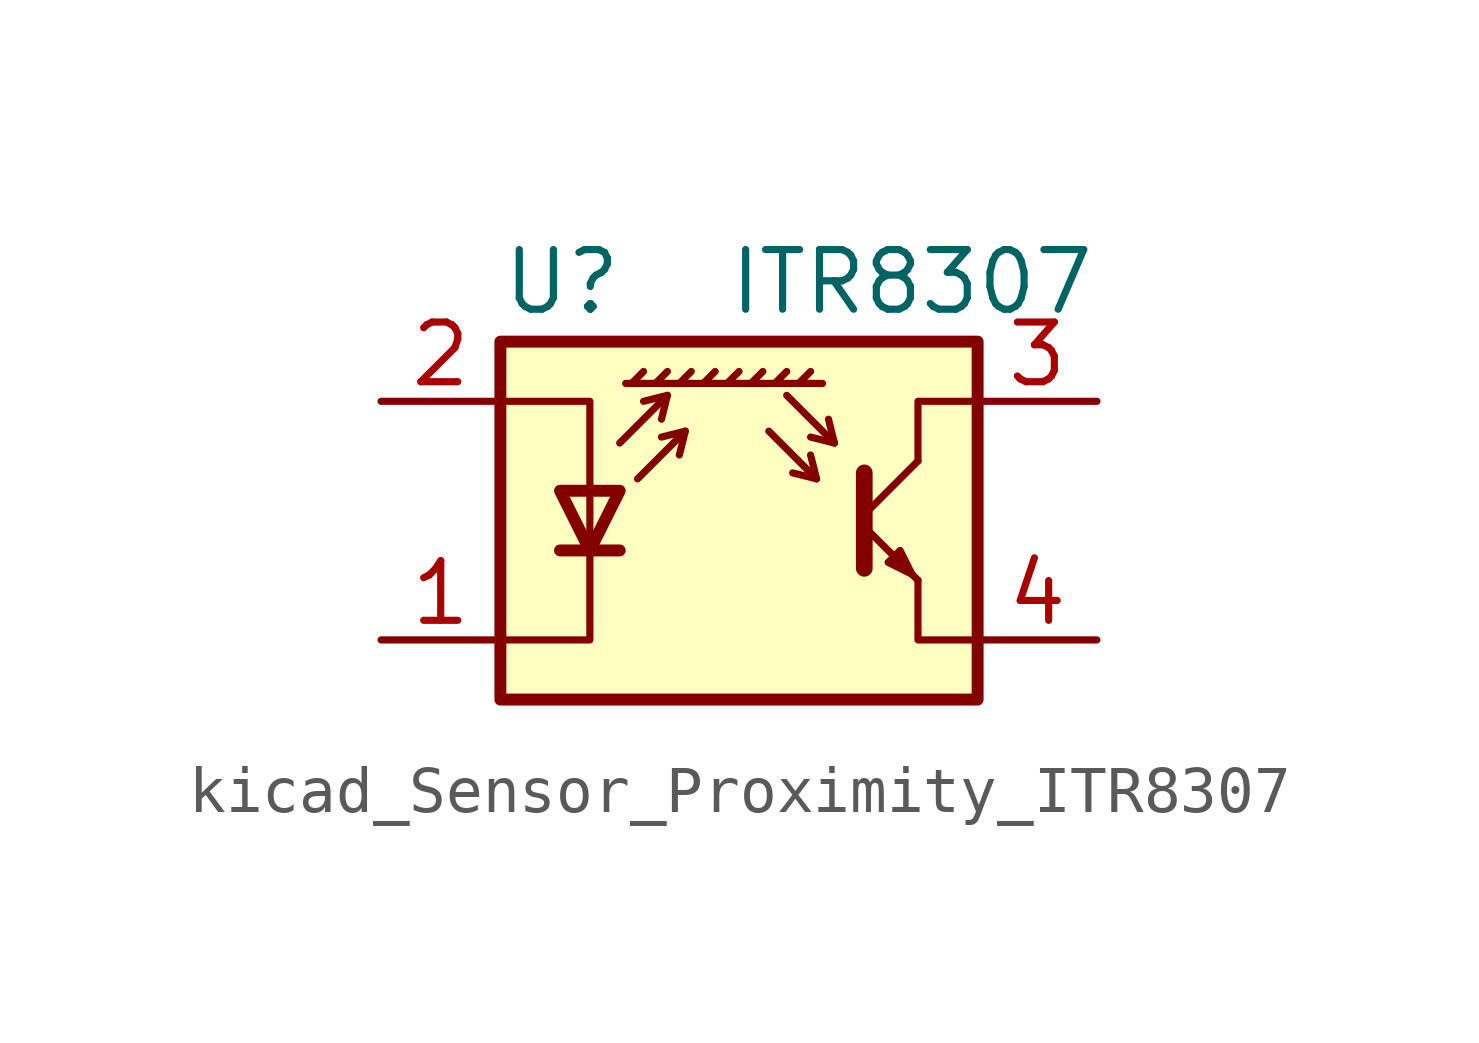
<source format=kicad_sym>
(kicad_symbol_lib
  (version 20220914)
  (generator kicad_symbol_editor)
  (symbol "kicad_Sensor_Proximity_ITR8307"
    (pin_names
      (offset 0.025) hide)
    (property "Reference" "U"
      (at -5.08 5.08 0)
      (effects (font (size 1.27 1.27)) (justify left)))
    (property "Value" "ITR8307"
      (at 7.62 5.08 0)
      (effects (font (size 1.27 1.27)) (justify right)))
    (symbol "kicad_Sensor_Proximity_ITR8307_0_1"
      (polyline (pts (xy -3.81 -0.635) (xy -2.54 -0.635)) (stroke (width 0.254) (type default)) (fill (type none)))
      (polyline (pts (xy -2.286 2.921) (xy -2.032 3.175)) (stroke (width 0) (type default)) (fill (type none)))
      (polyline (pts (xy -1.778 2.921) (xy -1.524 3.175)) (stroke (width 0) (type default)) (fill (type none)))
      (polyline (pts (xy -1.524 2.667) (xy -1.651 2.159)) (stroke (width 0) (type default)) (fill (type none)))
      (polyline (pts (xy -1.27 2.921) (xy -1.016 3.175)) (stroke (width 0) (type default)) (fill (type none)))
      (polyline (pts (xy -1.143 1.905) (xy -1.27 1.397)) (stroke (width 0) (type default)) (fill (type none)))
      (polyline (pts (xy -0.762 2.921) (xy -0.508 3.175)) (stroke (width 0) (type default)) (fill (type none)))
      (polyline (pts (xy -0.254 2.921) (xy 0 3.175)) (stroke (width 0) (type default)) (fill (type none)))
      (polyline (pts (xy 0.254 2.921) (xy 0.508 3.175)) (stroke (width 0) (type default)) (fill (type none)))
      (polyline (pts (xy 0.762 2.921) (xy 1.016 3.175)) (stroke (width 0) (type default)) (fill (type none)))
      (polyline (pts (xy 1.27 2.921) (xy 1.524 3.175)) (stroke (width 0) (type default)) (fill (type none)))
      (polyline (pts (xy 1.651 0.889) (xy 1.143 1.016)) (stroke (width 0) (type default)) (fill (type none)))
      (polyline (pts (xy 1.778 2.921) (xy -2.413 2.921)) (stroke (width 0) (type default)) (fill (type none)))
      (polyline (pts (xy 2.032 1.651) (xy 1.524 1.778)) (stroke (width 0) (type default)) (fill (type none)))
      (polyline (pts (xy 2.667 -0.127) (xy 3.81 -1.27)) (stroke (width 0) (type default)) (fill (type none)))
      (polyline (pts (xy 2.667 0.127) (xy 3.81 1.27)) (stroke (width 0) (type default)) (fill (type none)))
      (polyline (pts (xy -2.54 1.651) (xy -1.524 2.667) (xy -2.032 2.54)) (stroke (width 0) (type default)) (fill (type none)))
      (polyline (pts (xy -2.159 0.889) (xy -1.143 1.905) (xy -1.651 1.778)) (stroke (width 0) (type default)) (fill (type none)))
      (polyline (pts (xy 0.635 1.905) (xy 1.651 0.889) (xy 1.524 1.397)) (stroke (width 0) (type default)) (fill (type none)))
      (polyline (pts (xy 1.016 2.667) (xy 2.032 1.651) (xy 1.905 2.159)) (stroke (width 0) (type default)) (fill (type none)))
      (polyline (pts (xy 2.667 1.016) (xy 2.667 -1.016) (xy 2.667 -1.016)) (stroke (width 0.356) (type default)) (fill (type none)))
      (polyline (pts (xy 3.81 -1.27) (xy 3.81 -2.54) (xy 5.08 -2.54)) (stroke (width 0) (type default)) (fill (type none)))
      (polyline (pts (xy 3.81 1.27) (xy 3.81 2.54) (xy 5.08 2.54)) (stroke (width 0) (type default)) (fill (type none)))
      (polyline (pts (xy -5.08 -2.54) (xy -3.175 -2.54) (xy -3.175 2.54) (xy -5.08 2.54)) (stroke (width 0) (type default)) (fill (type none)))
      (polyline (pts (xy -3.175 -0.635) (xy -3.81 0.635) (xy -2.54 0.635) (xy -3.175 -0.635)) (stroke (width 0.254) (type default)) (fill (type none)))
      (polyline (pts (xy 3.683 -1.143) (xy 3.429 -0.635) (xy 3.175 -0.889) (xy 3.683 -1.143)) (stroke (width 0) (type default)) (fill (type none)))
      (polyline (pts (xy -5.08 -3.81) (xy 5.08 -3.81) (xy 5.08 3.81) (xy -5.08 3.81) (xy -5.08 -3.81)) (stroke (width 0.254) (type default)) (fill (type background))))
    (symbol "kicad_Sensor_Proximity_ITR8307_1_1"
      (pin passive line (at -7.62 -2.54 0) (length 2.54) (name "K" (effects (font (size 1.27 1.27)))) (number "1" (effects (font (size 1.27 1.27)))))
      (pin passive line (at -7.62 2.54 0) (length 2.54) (name "A" (effects (font (size 1.27 1.27)))) (number "2" (effects (font (size 1.27 1.27)))))
      (pin open_collector line (at 7.62 2.54 180) (length 2.54) (name "C" (effects (font (size 1.27 1.27)))) (number "3" (effects (font (size 1.27 1.27)))))
      (pin open_emitter line (at 7.62 -2.54 180) (length 2.54) (name "E" (effects (font (size 1.27 1.27)))) (number "4" (effects (font (size 1.27 1.27))))))))
</source>
